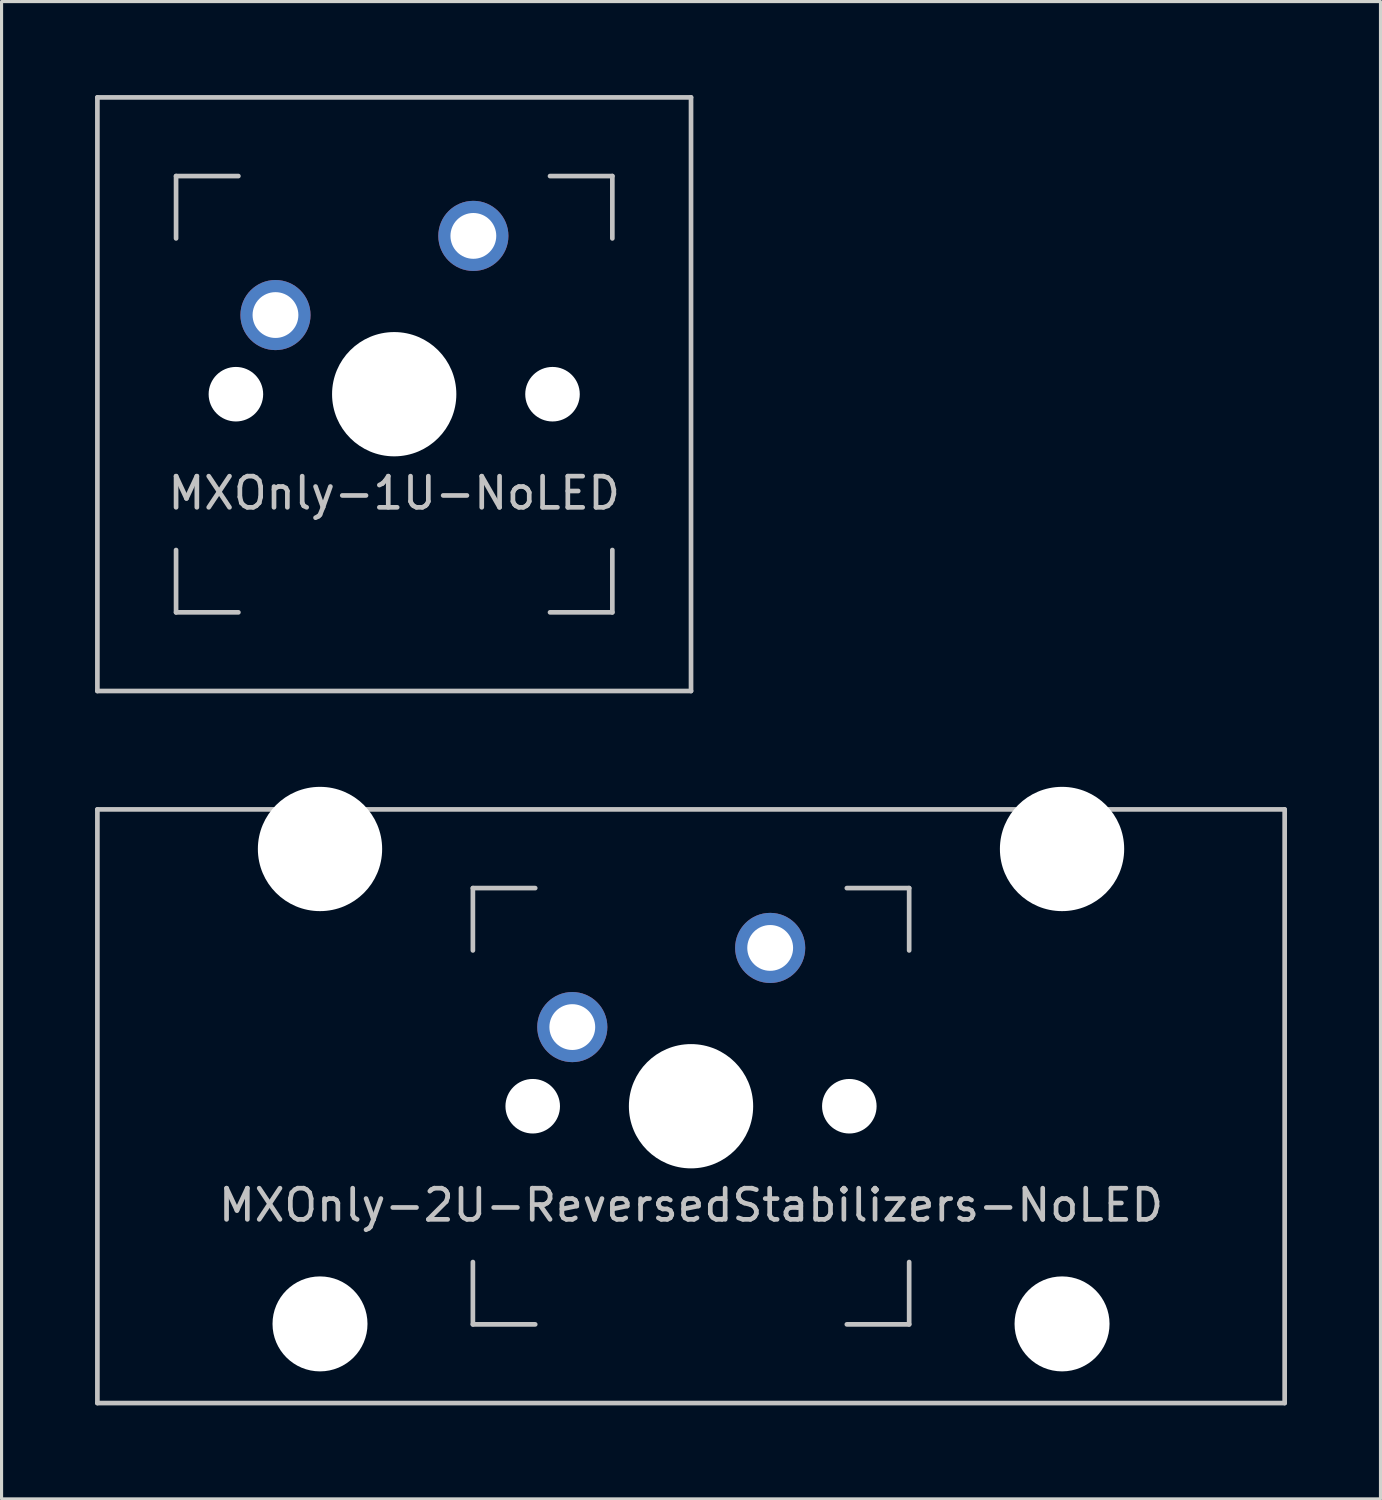
<source format=kicad_pcb>
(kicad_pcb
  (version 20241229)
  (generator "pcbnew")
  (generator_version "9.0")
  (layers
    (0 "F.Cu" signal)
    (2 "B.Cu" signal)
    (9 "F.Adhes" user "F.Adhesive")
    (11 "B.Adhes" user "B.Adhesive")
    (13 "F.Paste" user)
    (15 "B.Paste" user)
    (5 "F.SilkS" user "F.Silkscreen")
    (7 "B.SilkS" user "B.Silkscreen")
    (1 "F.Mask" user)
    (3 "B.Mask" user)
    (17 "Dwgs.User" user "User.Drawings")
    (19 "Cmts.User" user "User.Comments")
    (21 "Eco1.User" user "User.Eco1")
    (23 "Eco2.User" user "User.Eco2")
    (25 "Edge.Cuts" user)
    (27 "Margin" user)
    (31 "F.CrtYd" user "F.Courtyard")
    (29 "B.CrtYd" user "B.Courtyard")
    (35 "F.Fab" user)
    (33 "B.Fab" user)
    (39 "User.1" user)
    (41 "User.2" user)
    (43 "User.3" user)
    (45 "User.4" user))
  (footprint "MXOnly-2U-ReversedStabilizers-NoLED"
    (layer "F.Cu")
    (at 19.125 32.449)
    (property "Reference" "MXOnly-2U-ReversedStabilizers-NoLED" (at 0 3.175 0) (layer "Dwgs.User") (effects (font (size 1 1) (thickness 0.15))))
    (attr through_hole)
    (fp_line (start -19.05 -9.525) (end 19.05 -9.525) (stroke (width 0.15) (type solid)) (layer "Dwgs.User"))
    (fp_line (start -19.05 9.525) (end -19.05 -9.525) (stroke (width 0.15) (type solid)) (layer "Dwgs.User"))
    (fp_line (start -19.05 9.525) (end 19.05 9.525) (stroke (width 0.15) (type solid)) (layer "Dwgs.User"))
    (fp_line (start -7 -7) (end -7 -5) (stroke (width 0.15) (type solid)) (layer "Dwgs.User"))
    (fp_line (start -7 5) (end -7 7) (stroke (width 0.15) (type solid)) (layer "Dwgs.User"))
    (fp_line (start -7 7) (end -5 7) (stroke (width 0.15) (type solid)) (layer "Dwgs.User"))
    (fp_line (start -5 -7) (end -7 -7) (stroke (width 0.15) (type solid)) (layer "Dwgs.User"))
    (fp_line (start 5 -7) (end 7 -7) (stroke (width 0.15) (type solid)) (layer "Dwgs.User"))
    (fp_line (start 5 7) (end 7 7) (stroke (width 0.15) (type solid)) (layer "Dwgs.User"))
    (fp_line (start 7 -7) (end 7 -5) (stroke (width 0.15) (type solid)) (layer "Dwgs.User"))
    (fp_line (start 7 7) (end 7 5) (stroke (width 0.15) (type solid)) (layer "Dwgs.User"))
    (fp_line (start 19.05 -9.525) (end 19.05 9.525) (stroke (width 0.15) (type solid)) (layer "Dwgs.User"))
    (pad "" np_thru_hole circle (at -11.906 -8.255) (size 3.988 3.988) (drill 3.988) (layers "*.Cu" "*.Mask"))
    (pad "" np_thru_hole circle (at -11.906 6.985) (size 3.048 3.048) (drill 3.048) (layers "*.Cu" "*.Mask"))
    (pad "" np_thru_hole circle (at -5.08 0 48.1) (size 1.75 1.75) (drill 1.75) (layers "*.Cu" "*.Mask"))
    (pad "" np_thru_hole circle (at 0 0) (size 3.988 3.988) (drill 3.988) (layers "*.Cu" "*.Mask"))
    (pad "" np_thru_hole circle (at 5.08 0 48.1) (size 1.75 1.75) (drill 1.75) (layers "*.Cu" "*.Mask"))
    (pad "" np_thru_hole circle (at 11.906 -8.255) (size 3.988 3.988) (drill 3.988) (layers "*.Cu" "*.Mask"))
    (pad "" np_thru_hole circle (at 11.906 6.985) (size 3.048 3.048) (drill 3.048) (layers "*.Cu" "*.Mask"))
    (pad "1" thru_hole circle (at -3.81 -2.54) (size 2.25 2.25) (drill 1.47) (layers "*.Cu" "B.Mask"))
    (pad "2" thru_hole circle (at 2.54 -5.08) (size 2.25 2.25) (drill 1.47) (layers "*.Cu" "B.Mask")))
  (footprint "MXOnly-1U-NoLED"
    (layer "F.Cu")
    (at 9.6 9.6)
    (property "Reference" "MXOnly-1U-NoLED" (at 0 3.175 0) (layer "Dwgs.User") (effects (font (size 1 1) (thickness 0.15))))
    (attr through_hole)
    (fp_line (start -9.525 -9.525) (end 9.525 -9.525) (stroke (width 0.15) (type solid)) (layer "Dwgs.User"))
    (fp_line (start -9.525 9.525) (end -9.525 -9.525) (stroke (width 0.15) (type solid)) (layer "Dwgs.User"))
    (fp_line (start -7 -7) (end -7 -5) (stroke (width 0.15) (type solid)) (layer "Dwgs.User"))
    (fp_line (start -7 5) (end -7 7) (stroke (width 0.15) (type solid)) (layer "Dwgs.User"))
    (fp_line (start -7 7) (end -5 7) (stroke (width 0.15) (type solid)) (layer "Dwgs.User"))
    (fp_line (start -5 -7) (end -7 -7) (stroke (width 0.15) (type solid)) (layer "Dwgs.User"))
    (fp_line (start 5 -7) (end 7 -7) (stroke (width 0.15) (type solid)) (layer "Dwgs.User"))
    (fp_line (start 5 7) (end 7 7) (stroke (width 0.15) (type solid)) (layer "Dwgs.User"))
    (fp_line (start 7 -7) (end 7 -5) (stroke (width 0.15) (type solid)) (layer "Dwgs.User"))
    (fp_line (start 7 7) (end 7 5) (stroke (width 0.15) (type solid)) (layer "Dwgs.User"))
    (fp_line (start 9.525 -9.525) (end 9.525 9.525) (stroke (width 0.15) (type solid)) (layer "Dwgs.User"))
    (fp_line (start 9.525 9.525) (end -9.525 9.525) (stroke (width 0.15) (type solid)) (layer "Dwgs.User"))
    (pad "" np_thru_hole circle (at -5.08 0 48.1) (size 1.75 1.75) (drill 1.75) (layers "*.Cu" "*.Mask"))
    (pad "" np_thru_hole circle (at 0 0) (size 3.988 3.988) (drill 3.988) (layers "*.Cu" "*.Mask"))
    (pad "" np_thru_hole circle (at 5.08 0 48.1) (size 1.75 1.75) (drill 1.75) (layers "*.Cu" "*.Mask"))
    (pad "1" thru_hole circle (at -3.81 -2.54) (size 2.25 2.25) (drill 1.47) (layers "*.Cu" "B.Mask"))
    (pad "2" thru_hole circle (at 2.54 -5.08) (size 2.25 2.25) (drill 1.47) (layers "*.Cu" "B.Mask")))
  (gr_rect
    (start -3 -3)
    (end 41.25 45.049)
    (stroke (width 0.1) (type default))
    (fill no)
    (layer "Edge.Cuts")))
</source>
